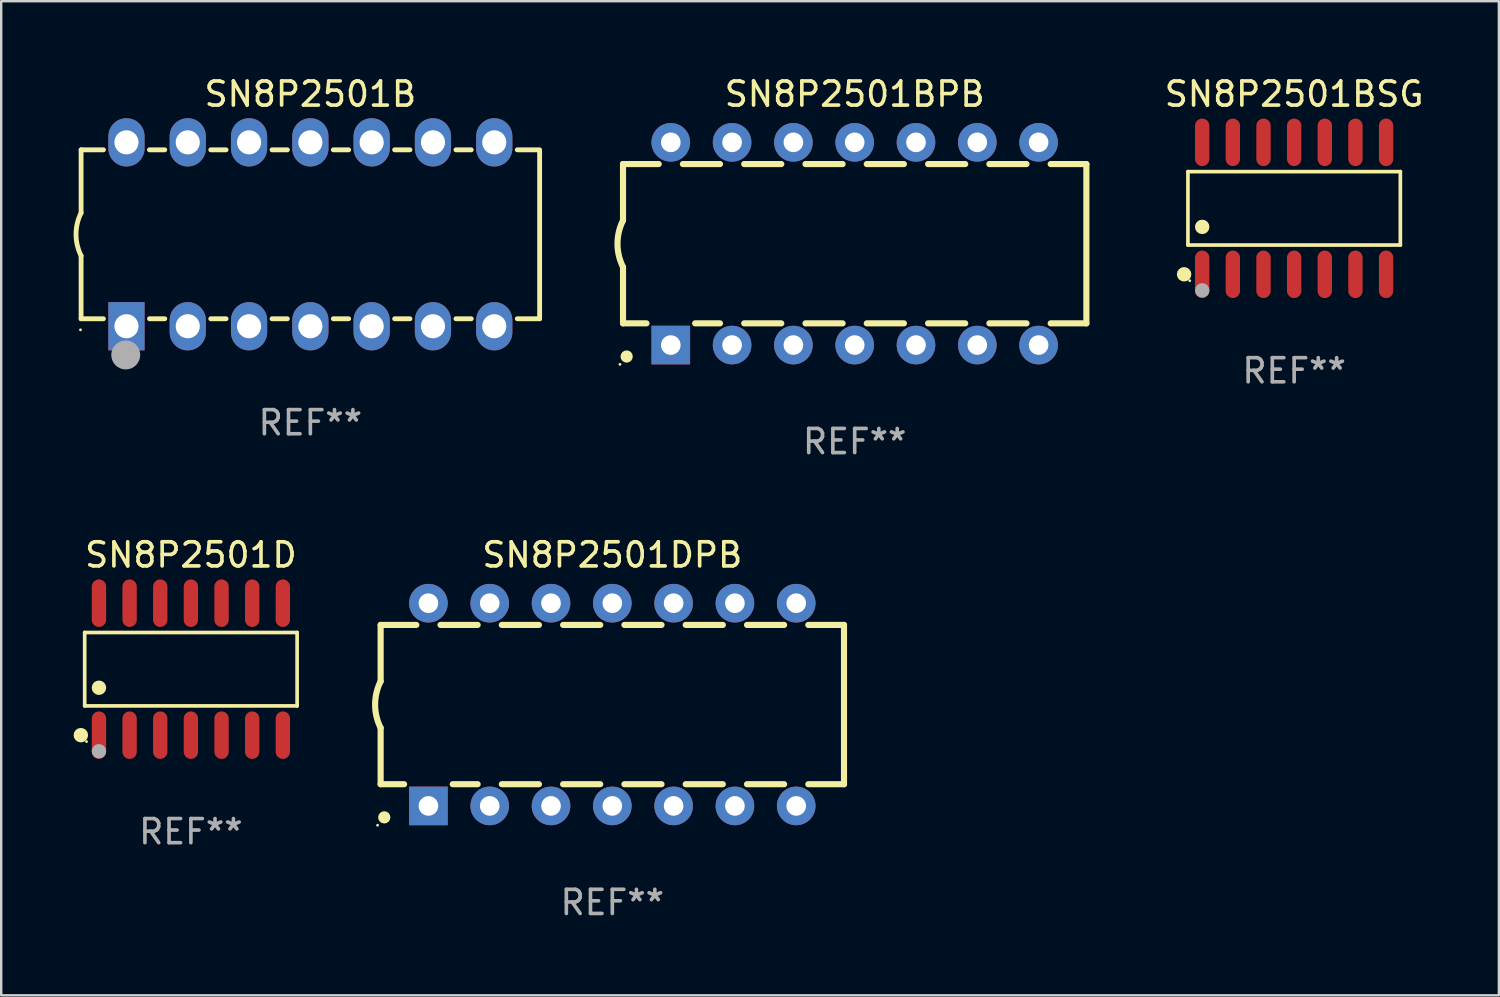
<source format=kicad_pcb>
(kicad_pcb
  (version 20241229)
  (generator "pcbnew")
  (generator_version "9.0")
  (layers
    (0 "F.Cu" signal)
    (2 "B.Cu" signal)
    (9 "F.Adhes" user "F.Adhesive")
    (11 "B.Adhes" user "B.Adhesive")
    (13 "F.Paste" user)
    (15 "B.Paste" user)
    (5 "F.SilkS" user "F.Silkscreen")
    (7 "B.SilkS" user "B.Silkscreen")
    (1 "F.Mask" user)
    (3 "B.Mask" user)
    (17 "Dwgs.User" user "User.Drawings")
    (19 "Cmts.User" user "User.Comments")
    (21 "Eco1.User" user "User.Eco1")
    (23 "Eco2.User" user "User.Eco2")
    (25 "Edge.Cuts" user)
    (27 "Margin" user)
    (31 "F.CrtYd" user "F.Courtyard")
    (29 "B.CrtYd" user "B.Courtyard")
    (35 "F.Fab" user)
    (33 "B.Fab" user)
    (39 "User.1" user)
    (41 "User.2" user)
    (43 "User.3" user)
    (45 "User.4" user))
  (footprint "SN8P2501D"
    (layer "F.Cu")
    (at 4.86 24.678)
    (property "Reference" "SN8P2501D" (at 0 -4.734 0) (layer "F.SilkS") (effects (font (size 1 1) (thickness 0.15))))
    (attr through_hole)
    (fp_line (start -4.401 -1.521) (end 4.401 -1.521) (stroke (width 0.152) (type solid)) (layer "F.SilkS"))
    (fp_line (start -4.401 1.521) (end -4.401 -1.521) (stroke (width 0.152) (type solid)) (layer "F.SilkS"))
    (fp_line (start 4.401 -1.521) (end 4.401 1.521) (stroke (width 0.152) (type solid)) (layer "F.SilkS"))
    (fp_line (start 4.401 1.521) (end -4.401 1.521) (stroke (width 0.152) (type solid)) (layer "F.SilkS"))
    (fp_circle (center -4.56 2.734) (end -4.41 2.734) (stroke (width 0.3) (type solid)) (fill no) (layer "F.SilkS"))
    (fp_circle (center -4.325 3) (end -4.295 3) (stroke (width 0.06) (type solid)) (fill no) (layer "F.SilkS"))
    (fp_circle (center -3.81 0.769) (end -3.66 0.769) (stroke (width 0.3) (type solid)) (fill no) (layer "F.SilkS"))
    (fp_circle (center -3.81 3.4) (end -3.66 3.4) (stroke (width 0.3) (type solid)) (fill no) (layer "F.Fab"))
    (fp_text user "REF**" (at 0 6.734 0) (layer "F.Fab") (effects (font (size 1 1) (thickness 0.15))))
    (pad "1" smd oval (at -3.81 2.734) (size 0.595 1.968) (layers "F.Cu" "F.Mask" "F.Paste"))
    (pad "2" smd oval (at -2.54 2.734) (size 0.595 1.968) (layers "F.Cu" "F.Mask" "F.Paste"))
    (pad "3" smd oval (at -1.27 2.734) (size 0.595 1.968) (layers "F.Cu" "F.Mask" "F.Paste"))
    (pad "4" smd oval (at 0 2.734) (size 0.595 1.968) (layers "F.Cu" "F.Mask" "F.Paste"))
    (pad "5" smd oval (at 1.27 2.734) (size 0.595 1.968) (layers "F.Cu" "F.Mask" "F.Paste"))
    (pad "6" smd oval (at 2.54 2.734) (size 0.595 1.968) (layers "F.Cu" "F.Mask" "F.Paste"))
    (pad "7" smd oval (at 3.81 2.734) (size 0.595 1.968) (layers "F.Cu" "F.Mask" "F.Paste"))
    (pad "8" smd oval (at 3.81 -2.734) (size 0.595 1.968) (layers "F.Cu" "F.Mask" "F.Paste"))
    (pad "9" smd oval (at 2.54 -2.734) (size 0.595 1.968) (layers "F.Cu" "F.Mask" "F.Paste"))
    (pad "10" smd oval (at 1.27 -2.734) (size 0.595 1.968) (layers "F.Cu" "F.Mask" "F.Paste"))
    (pad "11" smd oval (at 0 -2.734) (size 0.595 1.968) (layers "F.Cu" "F.Mask" "F.Paste"))
    (pad "12" smd oval (at -1.27 -2.734) (size 0.595 1.968) (layers "F.Cu" "F.Mask" "F.Paste"))
    (pad "13" smd oval (at -2.54 -2.734) (size 0.595 1.968) (layers "F.Cu" "F.Mask" "F.Paste"))
    (pad "14" smd oval (at -3.81 -2.734) (size 0.595 1.968) (layers "F.Cu" "F.Mask" "F.Paste")))
  (footprint "SN8P2501BSG"
    (layer "F.Cu")
    (at 50.574 5.582)
    (property "Reference" "SN8P2501BSG" (at 0 -4.734 0) (layer "F.SilkS") (effects (font (size 1 1) (thickness 0.15))))
    (attr through_hole)
    (fp_line (start -4.401 -1.521) (end 4.401 -1.521) (stroke (width 0.152) (type solid)) (layer "F.SilkS"))
    (fp_line (start -4.401 1.521) (end -4.401 -1.521) (stroke (width 0.152) (type solid)) (layer "F.SilkS"))
    (fp_line (start 4.401 -1.521) (end 4.401 1.521) (stroke (width 0.152) (type solid)) (layer "F.SilkS"))
    (fp_line (start 4.401 1.521) (end -4.401 1.521) (stroke (width 0.152) (type solid)) (layer "F.SilkS"))
    (fp_circle (center -4.56 2.734) (end -4.41 2.734) (stroke (width 0.3) (type solid)) (fill no) (layer "F.SilkS"))
    (fp_circle (center -4.325 3) (end -4.295 3) (stroke (width 0.06) (type solid)) (fill no) (layer "F.SilkS"))
    (fp_circle (center -3.81 0.769) (end -3.66 0.769) (stroke (width 0.3) (type solid)) (fill no) (layer "F.SilkS"))
    (fp_circle (center -3.81 3.4) (end -3.66 3.4) (stroke (width 0.3) (type solid)) (fill no) (layer "F.Fab"))
    (fp_text user "REF**" (at 0 6.734 0) (layer "F.Fab") (effects (font (size 1 1) (thickness 0.15))))
    (pad "1" smd oval (at -3.81 2.734) (size 0.595 1.968) (layers "F.Cu" "F.Mask" "F.Paste"))
    (pad "2" smd oval (at -2.54 2.734) (size 0.595 1.968) (layers "F.Cu" "F.Mask" "F.Paste"))
    (pad "3" smd oval (at -1.27 2.734) (size 0.595 1.968) (layers "F.Cu" "F.Mask" "F.Paste"))
    (pad "4" smd oval (at 0 2.734) (size 0.595 1.968) (layers "F.Cu" "F.Mask" "F.Paste"))
    (pad "5" smd oval (at 1.27 2.734) (size 0.595 1.968) (layers "F.Cu" "F.Mask" "F.Paste"))
    (pad "6" smd oval (at 2.54 2.734) (size 0.595 1.968) (layers "F.Cu" "F.Mask" "F.Paste"))
    (pad "7" smd oval (at 3.81 2.734) (size 0.595 1.968) (layers "F.Cu" "F.Mask" "F.Paste"))
    (pad "8" smd oval (at 3.81 -2.734) (size 0.595 1.968) (layers "F.Cu" "F.Mask" "F.Paste"))
    (pad "9" smd oval (at 2.54 -2.734) (size 0.595 1.968) (layers "F.Cu" "F.Mask" "F.Paste"))
    (pad "10" smd oval (at 1.27 -2.734) (size 0.595 1.968) (layers "F.Cu" "F.Mask" "F.Paste"))
    (pad "11" smd oval (at 0 -2.734) (size 0.595 1.968) (layers "F.Cu" "F.Mask" "F.Paste"))
    (pad "12" smd oval (at -1.27 -2.734) (size 0.595 1.968) (layers "F.Cu" "F.Mask" "F.Paste"))
    (pad "13" smd oval (at -2.54 -2.734) (size 0.595 1.968) (layers "F.Cu" "F.Mask" "F.Paste"))
    (pad "14" smd oval (at -3.81 -2.734) (size 0.595 1.968) (layers "F.Cu" "F.Mask" "F.Paste")))
  (footprint "SN8P2501B"
    (layer "F.Cu")
    (at 9.81 6.658)
    (property "Reference" "SN8P2501B" (at 0 -5.81 0) (layer "F.SilkS") (effects (font (size 1 1) (thickness 0.15))))
    (attr through_hole)
    (fp_line (start -9.5 -3.5) (end -9.5 -0.889) (stroke (width 0.2) (type solid)) (layer "F.SilkS"))
    (fp_line (start -9.5 -3.5) (end -8.572 -3.5) (stroke (width 0.2) (type solid)) (layer "F.SilkS"))
    (fp_line (start -9.5 3.5) (end -9.5 0.889) (stroke (width 0.2) (type solid)) (layer "F.SilkS"))
    (fp_line (start -9.5 3.5) (end -8.574 3.5) (stroke (width 0.2) (type solid)) (layer "F.SilkS"))
    (fp_line (start -6.668 -3.5) (end -6.032 -3.5) (stroke (width 0.2) (type solid)) (layer "F.SilkS"))
    (fp_line (start -6.666 3.5) (end -6.032 3.5) (stroke (width 0.2) (type solid)) (layer "F.SilkS"))
    (fp_line (start -4.128 -3.5) (end -3.492 -3.5) (stroke (width 0.2) (type solid)) (layer "F.SilkS"))
    (fp_line (start -4.128 3.5) (end -3.492 3.5) (stroke (width 0.2) (type solid)) (layer "F.SilkS"))
    (fp_line (start -1.588 -3.5) (end -0.952 -3.5) (stroke (width 0.2) (type solid)) (layer "F.SilkS"))
    (fp_line (start -1.588 3.5) (end -0.952 3.5) (stroke (width 0.2) (type solid)) (layer "F.SilkS"))
    (fp_line (start 0.952 -3.5) (end 1.588 -3.5) (stroke (width 0.2) (type solid)) (layer "F.SilkS"))
    (fp_line (start 0.952 3.5) (end 1.588 3.5) (stroke (width 0.2) (type solid)) (layer "F.SilkS"))
    (fp_line (start 3.492 -3.5) (end 4.128 -3.5) (stroke (width 0.2) (type solid)) (layer "F.SilkS"))
    (fp_line (start 3.492 3.5) (end 4.128 3.5) (stroke (width 0.2) (type solid)) (layer "F.SilkS"))
    (fp_line (start 6.032 -3.5) (end 6.668 -3.5) (stroke (width 0.2) (type solid)) (layer "F.SilkS"))
    (fp_line (start 6.032 3.5) (end 6.668 3.5) (stroke (width 0.2) (type solid)) (layer "F.SilkS"))
    (fp_line (start 8.572 -3.5) (end 9.5 -3.5) (stroke (width 0.2) (type solid)) (layer "F.SilkS"))
    (fp_line (start 8.572 3.5) (end 9.5 3.5) (stroke (width 0.2) (type solid)) (layer "F.SilkS"))
    (fp_line (start 9.5 3.5) (end 9.5 -3.429) (stroke (width 0.2) (type solid)) (layer "F.SilkS"))
    (fp_arc (start -9.499619 0.889001) (mid -9.709623 0.000047) (end -9.500025 -0.889002) (stroke (width 0.2) (type solid)) (layer "F.SilkS"))
    (fp_circle (center -9.525 3.96) (end -9.495 3.96) (stroke (width 0.06) (type solid)) (fill no) (layer "F.SilkS"))
    (fp_circle (center -7.65 5) (end -7.35 5) (stroke (width 0.6) (type solid)) (fill no) (layer "F.Fab"))
    (fp_text user "REF**" (at 0 7.81 0) (layer "F.Fab") (effects (font (size 1 1) (thickness 0.15))))
    (pad "1" thru_hole rect (at -7.62 3.81 90) (size 2 1.5) (drill 1) (layers "*.Cu" "*.Mask"))
    (pad "2" thru_hole oval (at -5.08 3.81 90) (size 2 1.5) (drill 1) (layers "*.Cu" "*.Mask"))
    (pad "3" thru_hole oval (at -2.54 3.81 90) (size 2 1.5) (drill 1) (layers "*.Cu" "*.Mask"))
    (pad "4" thru_hole oval (at 0 3.81 90) (size 2 1.5) (drill 1) (layers "*.Cu" "*.Mask"))
    (pad "5" thru_hole oval (at 2.54 3.81 90) (size 2 1.5) (drill 1) (layers "*.Cu" "*.Mask"))
    (pad "6" thru_hole oval (at 5.08 3.81 90) (size 2 1.5) (drill 1) (layers "*.Cu" "*.Mask"))
    (pad "7" thru_hole oval (at 7.62 3.81 90) (size 2 1.5) (drill 1) (layers "*.Cu" "*.Mask"))
    (pad "8" thru_hole oval (at 7.62 -3.81 90) (size 2 1.5) (drill 1) (layers "*.Cu" "*.Mask"))
    (pad "9" thru_hole oval (at 5.08 -3.81 90) (size 2 1.5) (drill 1) (layers "*.Cu" "*.Mask"))
    (pad "10" thru_hole oval (at 2.54 -3.81 90) (size 2 1.5) (drill 1) (layers "*.Cu" "*.Mask"))
    (pad "11" thru_hole oval (at 0 -3.81 90) (size 2 1.5) (drill 1) (layers "*.Cu" "*.Mask"))
    (pad "12" thru_hole oval (at -2.54 -3.81 90) (size 2 1.5) (drill 1) (layers "*.Cu" "*.Mask"))
    (pad "13" thru_hole oval (at -5.08 -3.81 90) (size 2 1.5) (drill 1) (layers "*.Cu" "*.Mask"))
    (pad "14" thru_hole oval (at -7.62 -3.81 90) (size 2 1.5) (drill 1) (layers "*.Cu" "*.Mask")))
  (footprint "SN8P2501DPB"
    (layer "F.Cu")
    (at 22.322 26.144)
    (property "Reference" "SN8P2501DPB" (at 0 -6.2 0) (layer "F.SilkS") (effects (font (size 1 1) (thickness 0.15))))
    (attr through_hole)
    (fp_line (start -9.6 -3.3) (end -9.6 -0.965) (stroke (width 0.254) (type solid)) (layer "F.SilkS"))
    (fp_line (start -9.6 -3.3) (end -8.121 -3.3) (stroke (width 0.254) (type solid)) (layer "F.SilkS"))
    (fp_line (start -9.6 3.3) (end -9.6 0.965) (stroke (width 0.254) (type solid)) (layer "F.SilkS"))
    (fp_line (start -9.6 3.3) (end -8.628 3.3) (stroke (width 0.254) (type solid)) (layer "F.SilkS"))
    (fp_line (start -7.119 -3.3) (end -5.581 -3.3) (stroke (width 0.254) (type solid)) (layer "F.SilkS"))
    (fp_line (start -6.612 3.3) (end -5.581 3.3) (stroke (width 0.254) (type solid)) (layer "F.SilkS"))
    (fp_line (start -4.579 -3.3) (end -3.041 -3.3) (stroke (width 0.254) (type solid)) (layer "F.SilkS"))
    (fp_line (start -4.579 3.3) (end -3.041 3.3) (stroke (width 0.254) (type solid)) (layer "F.SilkS"))
    (fp_line (start -2.039 -3.3) (end -0.501 -3.3) (stroke (width 0.254) (type solid)) (layer "F.SilkS"))
    (fp_line (start -2.039 3.3) (end -0.501 3.3) (stroke (width 0.254) (type solid)) (layer "F.SilkS"))
    (fp_line (start 0.501 -3.3) (end 2.039 -3.3) (stroke (width 0.254) (type solid)) (layer "F.SilkS"))
    (fp_line (start 0.501 3.3) (end 2.039 3.3) (stroke (width 0.254) (type solid)) (layer "F.SilkS"))
    (fp_line (start 3.041 -3.3) (end 4.579 -3.3) (stroke (width 0.254) (type solid)) (layer "F.SilkS"))
    (fp_line (start 3.041 3.3) (end 4.579 3.3) (stroke (width 0.254) (type solid)) (layer "F.SilkS"))
    (fp_line (start 5.581 -3.3) (end 7.119 -3.3) (stroke (width 0.254) (type solid)) (layer "F.SilkS"))
    (fp_line (start 5.581 3.3) (end 7.119 3.3) (stroke (width 0.254) (type solid)) (layer "F.SilkS"))
    (fp_line (start 8.121 -3.3) (end 9.6 -3.3) (stroke (width 0.254) (type solid)) (layer "F.SilkS"))
    (fp_line (start 8.121 3.3) (end 9.6 3.3) (stroke (width 0.254) (type solid)) (layer "F.SilkS"))
    (fp_line (start 9.6 -3.3) (end 9.6 3.3) (stroke (width 0.254) (type solid)) (layer "F.SilkS"))
    (fp_arc (start -9.601219 0.965202) (mid -9.828641 -0.00004) (end -9.600025 -0.964999) (stroke (width 0.254001) (type solid)) (layer "F.SilkS"))
    (fp_circle (center -9.727 5) (end -9.697 5) (stroke (width 0.06) (type solid)) (fill no) (layer "F.SilkS"))
    (fp_circle (center -9.449 4.674) (end -9.322 4.674) (stroke (width 0.254) (type solid)) (fill no) (layer "F.SilkS"))
    (fp_text user "REF**" (at 0 8.2 0) (layer "F.Fab") (effects (font (size 1 1) (thickness 0.15))))
    (pad "1" thru_hole rect (at -7.62 4.2) (size 1.6 1.6) (drill 0.813) (layers "*.Cu" "*.Mask"))
    (pad "2" thru_hole circle (at -5.08 4.2) (size 1.6 1.6) (drill 0.813) (layers "*.Cu" "*.Mask"))
    (pad "3" thru_hole circle (at -2.54 4.2) (size 1.6 1.6) (drill 0.813) (layers "*.Cu" "*.Mask"))
    (pad "4" thru_hole circle (at 0 4.2) (size 1.6 1.6) (drill 0.813) (layers "*.Cu" "*.Mask"))
    (pad "5" thru_hole circle (at 2.54 4.2) (size 1.6 1.6) (drill 0.813) (layers "*.Cu" "*.Mask"))
    (pad "6" thru_hole circle (at 5.08 4.2) (size 1.6 1.6) (drill 0.813) (layers "*.Cu" "*.Mask"))
    (pad "7" thru_hole circle (at 7.62 4.2) (size 1.6 1.6) (drill 0.813) (layers "*.Cu" "*.Mask"))
    (pad "8" thru_hole circle (at 7.62 -4.2) (size 1.6 1.6) (drill 0.813) (layers "*.Cu" "*.Mask"))
    (pad "9" thru_hole circle (at 5.08 -4.2) (size 1.6 1.6) (drill 0.813) (layers "*.Cu" "*.Mask"))
    (pad "10" thru_hole circle (at 2.54 -4.2) (size 1.6 1.6) (drill 0.813) (layers "*.Cu" "*.Mask"))
    (pad "11" thru_hole circle (at 0 -4.2) (size 1.6 1.6) (drill 0.813) (layers "*.Cu" "*.Mask"))
    (pad "12" thru_hole circle (at -2.54 -4.2) (size 1.6 1.6) (drill 0.813) (layers "*.Cu" "*.Mask"))
    (pad "13" thru_hole circle (at -5.08 -4.2) (size 1.6 1.6) (drill 0.813) (layers "*.Cu" "*.Mask"))
    (pad "14" thru_hole circle (at -7.62 -4.2) (size 1.6 1.6) (drill 0.813) (layers "*.Cu" "*.Mask")))
  (footprint "SN8P2501BPB"
    (layer "F.Cu")
    (at 32.365 7.048)
    (property "Reference" "SN8P2501BPB" (at 0 -6.2 0) (layer "F.SilkS") (effects (font (size 1 1) (thickness 0.15))))
    (attr through_hole)
    (fp_line (start -9.6 -3.3) (end -9.6 -0.965) (stroke (width 0.254) (type solid)) (layer "F.SilkS"))
    (fp_line (start -9.6 -3.3) (end -8.121 -3.3) (stroke (width 0.254) (type solid)) (layer "F.SilkS"))
    (fp_line (start -9.6 3.3) (end -9.6 0.965) (stroke (width 0.254) (type solid)) (layer "F.SilkS"))
    (fp_line (start -9.6 3.3) (end -8.628 3.3) (stroke (width 0.254) (type solid)) (layer "F.SilkS"))
    (fp_line (start -7.119 -3.3) (end -5.581 -3.3) (stroke (width 0.254) (type solid)) (layer "F.SilkS"))
    (fp_line (start -6.612 3.3) (end -5.581 3.3) (stroke (width 0.254) (type solid)) (layer "F.SilkS"))
    (fp_line (start -4.579 -3.3) (end -3.041 -3.3) (stroke (width 0.254) (type solid)) (layer "F.SilkS"))
    (fp_line (start -4.579 3.3) (end -3.041 3.3) (stroke (width 0.254) (type solid)) (layer "F.SilkS"))
    (fp_line (start -2.039 -3.3) (end -0.501 -3.3) (stroke (width 0.254) (type solid)) (layer "F.SilkS"))
    (fp_line (start -2.039 3.3) (end -0.501 3.3) (stroke (width 0.254) (type solid)) (layer "F.SilkS"))
    (fp_line (start 0.501 -3.3) (end 2.039 -3.3) (stroke (width 0.254) (type solid)) (layer "F.SilkS"))
    (fp_line (start 0.501 3.3) (end 2.039 3.3) (stroke (width 0.254) (type solid)) (layer "F.SilkS"))
    (fp_line (start 3.041 -3.3) (end 4.579 -3.3) (stroke (width 0.254) (type solid)) (layer "F.SilkS"))
    (fp_line (start 3.041 3.3) (end 4.579 3.3) (stroke (width 0.254) (type solid)) (layer "F.SilkS"))
    (fp_line (start 5.581 -3.3) (end 7.119 -3.3) (stroke (width 0.254) (type solid)) (layer "F.SilkS"))
    (fp_line (start 5.581 3.3) (end 7.119 3.3) (stroke (width 0.254) (type solid)) (layer "F.SilkS"))
    (fp_line (start 8.121 -3.3) (end 9.6 -3.3) (stroke (width 0.254) (type solid)) (layer "F.SilkS"))
    (fp_line (start 8.121 3.3) (end 9.6 3.3) (stroke (width 0.254) (type solid)) (layer "F.SilkS"))
    (fp_line (start 9.6 -3.3) (end 9.6 3.3) (stroke (width 0.254) (type solid)) (layer "F.SilkS"))
    (fp_arc (start -9.601219 0.965202) (mid -9.828641 -0.00004) (end -9.600025 -0.964999) (stroke (width 0.254001) (type solid)) (layer "F.SilkS"))
    (fp_circle (center -9.727 5) (end -9.697 5) (stroke (width 0.06) (type solid)) (fill no) (layer "F.SilkS"))
    (fp_circle (center -9.449 4.674) (end -9.322 4.674) (stroke (width 0.254) (type solid)) (fill no) (layer "F.SilkS"))
    (fp_text user "REF**" (at 0 8.2 0) (layer "F.Fab") (effects (font (size 1 1) (thickness 0.15))))
    (pad "1" thru_hole rect (at -7.62 4.2) (size 1.6 1.6) (drill 0.813) (layers "*.Cu" "*.Mask"))
    (pad "2" thru_hole circle (at -5.08 4.2) (size 1.6 1.6) (drill 0.813) (layers "*.Cu" "*.Mask"))
    (pad "3" thru_hole circle (at -2.54 4.2) (size 1.6 1.6) (drill 0.813) (layers "*.Cu" "*.Mask"))
    (pad "4" thru_hole circle (at 0 4.2) (size 1.6 1.6) (drill 0.813) (layers "*.Cu" "*.Mask"))
    (pad "5" thru_hole circle (at 2.54 4.2) (size 1.6 1.6) (drill 0.813) (layers "*.Cu" "*.Mask"))
    (pad "6" thru_hole circle (at 5.08 4.2) (size 1.6 1.6) (drill 0.813) (layers "*.Cu" "*.Mask"))
    (pad "7" thru_hole circle (at 7.62 4.2) (size 1.6 1.6) (drill 0.813) (layers "*.Cu" "*.Mask"))
    (pad "8" thru_hole circle (at 7.62 -4.2) (size 1.6 1.6) (drill 0.813) (layers "*.Cu" "*.Mask"))
    (pad "9" thru_hole circle (at 5.08 -4.2) (size 1.6 1.6) (drill 0.813) (layers "*.Cu" "*.Mask"))
    (pad "10" thru_hole circle (at 2.54 -4.2) (size 1.6 1.6) (drill 0.813) (layers "*.Cu" "*.Mask"))
    (pad "11" thru_hole circle (at 0 -4.2) (size 1.6 1.6) (drill 0.813) (layers "*.Cu" "*.Mask"))
    (pad "12" thru_hole circle (at -2.54 -4.2) (size 1.6 1.6) (drill 0.813) (layers "*.Cu" "*.Mask"))
    (pad "13" thru_hole circle (at -5.08 -4.2) (size 1.6 1.6) (drill 0.813) (layers "*.Cu" "*.Mask"))
    (pad "14" thru_hole circle (at -7.62 -4.2) (size 1.6 1.6) (drill 0.813) (layers "*.Cu" "*.Mask")))
  (gr_rect
    (start -3 -3)
    (end 59.057 38.193)
    (stroke (width 0.1) (type default))
    (fill no)
    (layer "Edge.Cuts")))
</source>
